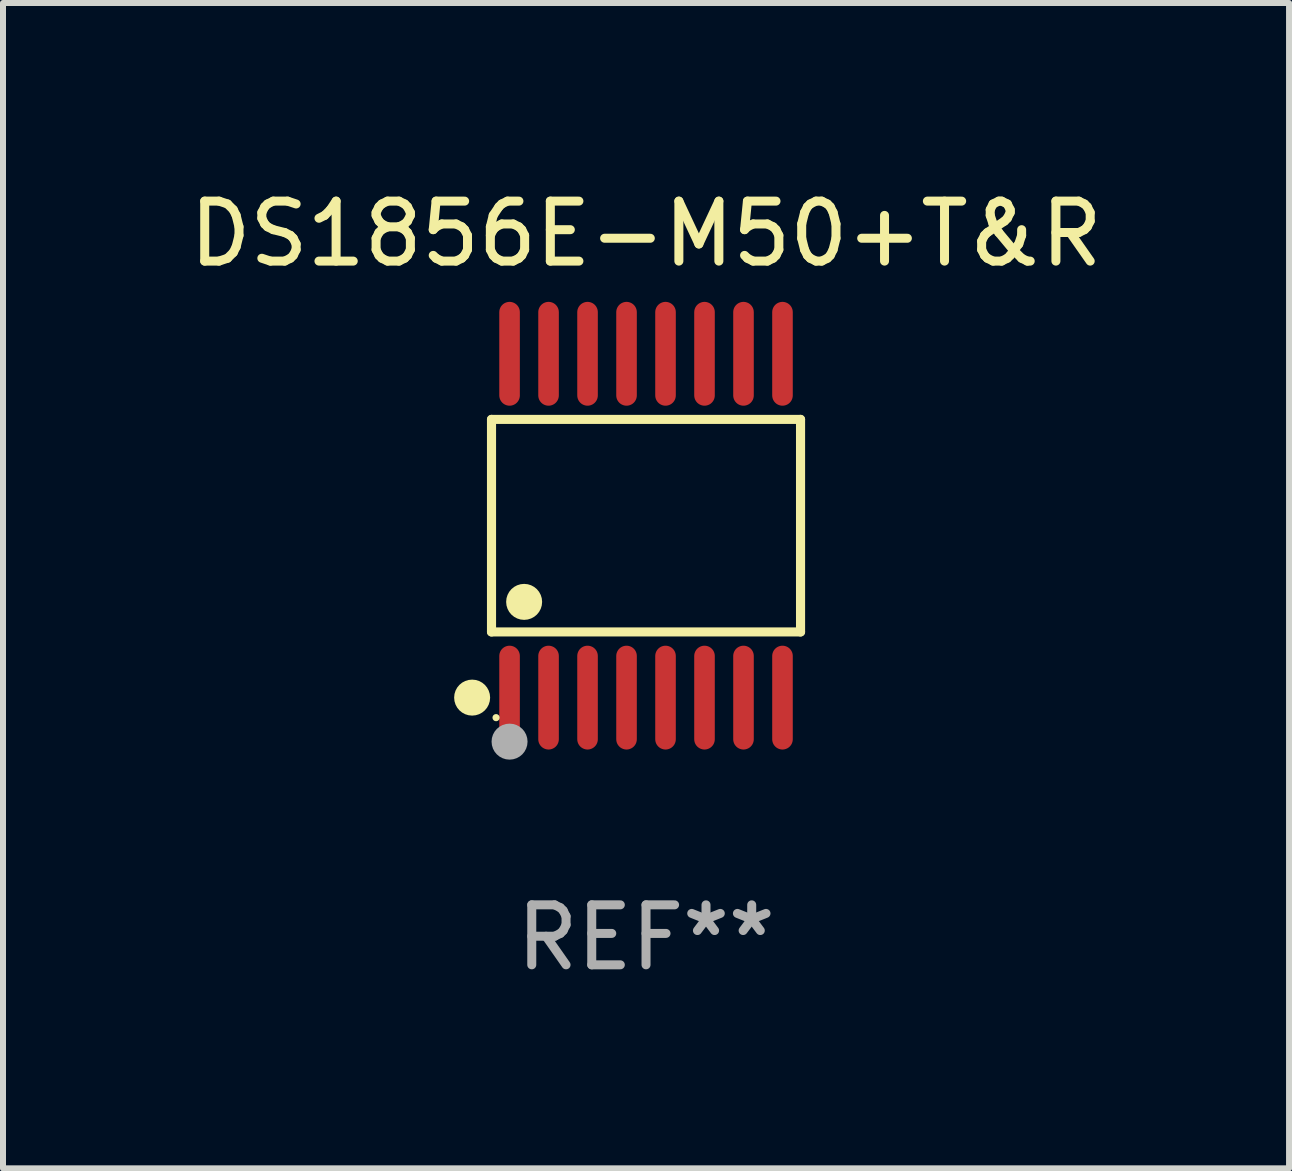
<source format=kicad_pcb>
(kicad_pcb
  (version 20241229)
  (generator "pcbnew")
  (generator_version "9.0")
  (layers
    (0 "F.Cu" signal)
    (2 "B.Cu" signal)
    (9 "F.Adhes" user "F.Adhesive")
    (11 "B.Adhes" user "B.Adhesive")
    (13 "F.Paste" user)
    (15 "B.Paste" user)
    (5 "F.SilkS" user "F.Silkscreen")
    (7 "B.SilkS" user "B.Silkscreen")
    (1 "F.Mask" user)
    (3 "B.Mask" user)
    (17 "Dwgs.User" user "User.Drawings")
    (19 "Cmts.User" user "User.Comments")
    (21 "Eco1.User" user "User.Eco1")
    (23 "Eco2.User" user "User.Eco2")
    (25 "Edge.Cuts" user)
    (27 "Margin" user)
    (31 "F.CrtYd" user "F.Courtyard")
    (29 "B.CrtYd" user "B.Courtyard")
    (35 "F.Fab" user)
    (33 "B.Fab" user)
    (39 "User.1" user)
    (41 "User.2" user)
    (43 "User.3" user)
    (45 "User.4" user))
  (footprint "DS1856E-M50+T&R"
    (layer "F.Cu")
    (at 7.72 5.714)
    (property "Reference" "DS1856E-M50+T&R" (at 0 -4.866 0) (layer "F.SilkS") (effects (font (size 1 1) (thickness 0.15))))
    (attr through_hole)
    (fp_line (start -2.576 -1.772) (end 2.576 -1.772) (stroke (width 0.152) (type solid)) (layer "F.SilkS"))
    (fp_line (start -2.576 1.771) (end -2.576 -1.772) (stroke (width 0.152) (type solid)) (layer "F.SilkS"))
    (fp_line (start 2.576 -1.772) (end 2.576 1.771) (stroke (width 0.152) (type solid)) (layer "F.SilkS"))
    (fp_line (start 2.576 1.771) (end -2.576 1.771) (stroke (width 0.152) (type solid)) (layer "F.SilkS"))
    (fp_circle (center -2.899 2.866) (end -2.749 2.866) (stroke (width 0.3) (type solid)) (fill no) (layer "F.SilkS"))
    (fp_circle (center -2.5 3.2) (end -2.47 3.2) (stroke (width 0.06) (type solid)) (fill no) (layer "F.SilkS"))
    (fp_circle (center -2.032 1.27) (end -1.882 1.27) (stroke (width 0.3) (type solid)) (fill no) (layer "F.SilkS"))
    (fp_circle (center -2.275 3.6) (end -2.125 3.6) (stroke (width 0.3) (type solid)) (fill no) (layer "F.Fab"))
    (fp_text user "REF**" (at 0 6.866 0) (layer "F.Fab") (effects (font (size 1 1) (thickness 0.15))))
    (pad "1" smd oval (at -2.275 2.866) (size 0.343 1.731) (layers "F.Cu" "F.Mask" "F.Paste"))
    (pad "2" smd oval (at -1.625 2.866) (size 0.343 1.731) (layers "F.Cu" "F.Mask" "F.Paste"))
    (pad "3" smd oval (at -0.975 2.866) (size 0.343 1.731) (layers "F.Cu" "F.Mask" "F.Paste"))
    (pad "4" smd oval (at -0.325 2.866) (size 0.343 1.731) (layers "F.Cu" "F.Mask" "F.Paste"))
    (pad "5" smd oval (at 0.325 2.866) (size 0.343 1.731) (layers "F.Cu" "F.Mask" "F.Paste"))
    (pad "6" smd oval (at 0.975 2.866) (size 0.343 1.731) (layers "F.Cu" "F.Mask" "F.Paste"))
    (pad "7" smd oval (at 1.625 2.866) (size 0.343 1.731) (layers "F.Cu" "F.Mask" "F.Paste"))
    (pad "8" smd oval (at 2.275 2.866) (size 0.343 1.731) (layers "F.Cu" "F.Mask" "F.Paste"))
    (pad "9" smd oval (at 2.275 -2.866) (size 0.343 1.731) (layers "F.Cu" "F.Mask" "F.Paste"))
    (pad "10" smd oval (at 1.625 -2.866) (size 0.343 1.731) (layers "F.Cu" "F.Mask" "F.Paste"))
    (pad "11" smd oval (at 0.975 -2.866) (size 0.343 1.731) (layers "F.Cu" "F.Mask" "F.Paste"))
    (pad "12" smd oval (at 0.325 -2.866) (size 0.343 1.731) (layers "F.Cu" "F.Mask" "F.Paste"))
    (pad "13" smd oval (at -0.325 -2.866) (size 0.343 1.731) (layers "F.Cu" "F.Mask" "F.Paste"))
    (pad "14" smd oval (at -0.975 -2.866) (size 0.343 1.731) (layers "F.Cu" "F.Mask" "F.Paste"))
    (pad "15" smd oval (at -1.625 -2.866) (size 0.343 1.731) (layers "F.Cu" "F.Mask" "F.Paste"))
    (pad "16" smd oval (at -2.275 -2.866) (size 0.343 1.731) (layers "F.Cu" "F.Mask" "F.Paste")))
  (gr_rect
    (start -3 -3)
    (end 18.44 16.428)
    (stroke (width 0.1) (type default))
    (fill no)
    (layer "Edge.Cuts")))
</source>
